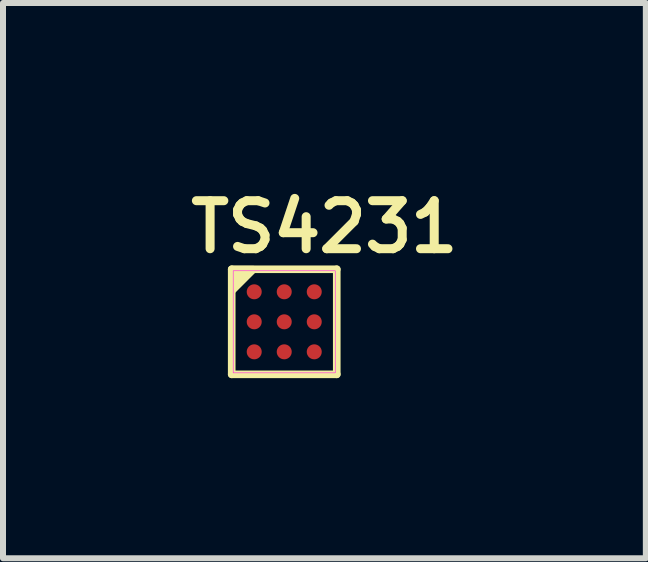
<source format=kicad_pcb>
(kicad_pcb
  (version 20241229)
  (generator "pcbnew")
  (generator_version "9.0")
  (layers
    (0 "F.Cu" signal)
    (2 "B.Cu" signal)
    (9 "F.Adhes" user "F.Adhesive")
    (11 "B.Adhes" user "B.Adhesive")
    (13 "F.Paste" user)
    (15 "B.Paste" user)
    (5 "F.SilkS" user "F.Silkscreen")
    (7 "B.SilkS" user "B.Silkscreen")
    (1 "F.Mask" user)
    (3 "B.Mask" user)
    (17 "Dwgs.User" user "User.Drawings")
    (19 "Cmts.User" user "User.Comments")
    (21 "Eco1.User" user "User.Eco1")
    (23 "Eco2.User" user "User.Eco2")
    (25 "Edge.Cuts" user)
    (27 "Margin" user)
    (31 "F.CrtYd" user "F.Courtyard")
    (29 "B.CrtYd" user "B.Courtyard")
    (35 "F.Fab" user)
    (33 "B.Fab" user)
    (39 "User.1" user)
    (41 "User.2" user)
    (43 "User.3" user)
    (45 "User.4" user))
  (footprint "TS4231"
    (layer "F.Cu")
    (at 1.685 2.311)
    (property "Reference" "TS4231" (at 0.67 -1.58 0) (layer "F.SilkS") (effects (font (size 0.8 0.8) (thickness 0.15))))
    (attr smd)
    (fp_line (start -0.875 -0.875) (end -0.875 0.875) (stroke (width 0.127) (type solid)) (layer "F.SilkS"))
    (fp_line (start -0.875 0.875) (end 0.875 0.875) (stroke (width 0.127) (type solid)) (layer "F.SilkS"))
    (fp_line (start 0.875 -0.875) (end -0.875 -0.875) (stroke (width 0.127) (type solid)) (layer "F.SilkS"))
    (fp_line (start 0.875 0.875) (end 0.875 -0.875) (stroke (width 0.127) (type solid)) (layer "F.SilkS"))
    (fp_poly (pts (xy -0.87 -0.52) (xy -0.52 -0.87) (xy -0.87 -0.87)) (stroke (width 0.127) (type solid)) (fill yes) (layer "F.SilkS"))
    (fp_poly (pts (xy -0.85 -0.85) (xy 0.85 -0.85) (xy 0.85 0.85) (xy -0.85 0.85)) (stroke (width 0.01) (type solid)) (fill no) (layer "F.CrtYd"))
    (pad "A1" smd circle (at -0.5 -0.5) (size 0.25 0.25) (layers "F.Cu" "F.Mask" "F.Paste"))
    (pad "A2" smd circle (at 0 -0.5) (size 0.25 0.25) (layers "F.Cu" "F.Mask" "F.Paste"))
    (pad "A3" smd circle (at 0.5 -0.5) (size 0.25 0.25) (layers "F.Cu" "F.Mask" "F.Paste"))
    (pad "B1" smd circle (at -0.5 0) (size 0.25 0.25) (layers "F.Cu" "F.Mask" "F.Paste"))
    (pad "B2" smd circle (at 0 0) (size 0.25 0.25) (layers "F.Cu" "F.Mask" "F.Paste"))
    (pad "B3" smd circle (at 0.5 0) (size 0.25 0.25) (layers "F.Cu" "F.Mask" "F.Paste"))
    (pad "C1" smd circle (at -0.5 0.5) (size 0.25 0.25) (layers "F.Cu" "F.Mask" "F.Paste"))
    (pad "C2" smd circle (at 0 0.5) (size 0.25 0.25) (layers "F.Cu" "F.Mask" "F.Paste"))
    (pad "C3" smd circle (at 0.5 0.5) (size 0.25 0.25) (layers "F.Cu" "F.Mask" "F.Paste")))
  (gr_rect
    (start -3 -3)
    (end 7.709 6.25)
    (stroke (width 0.1) (type default))
    (fill no)
    (layer "Edge.Cuts")))
</source>
